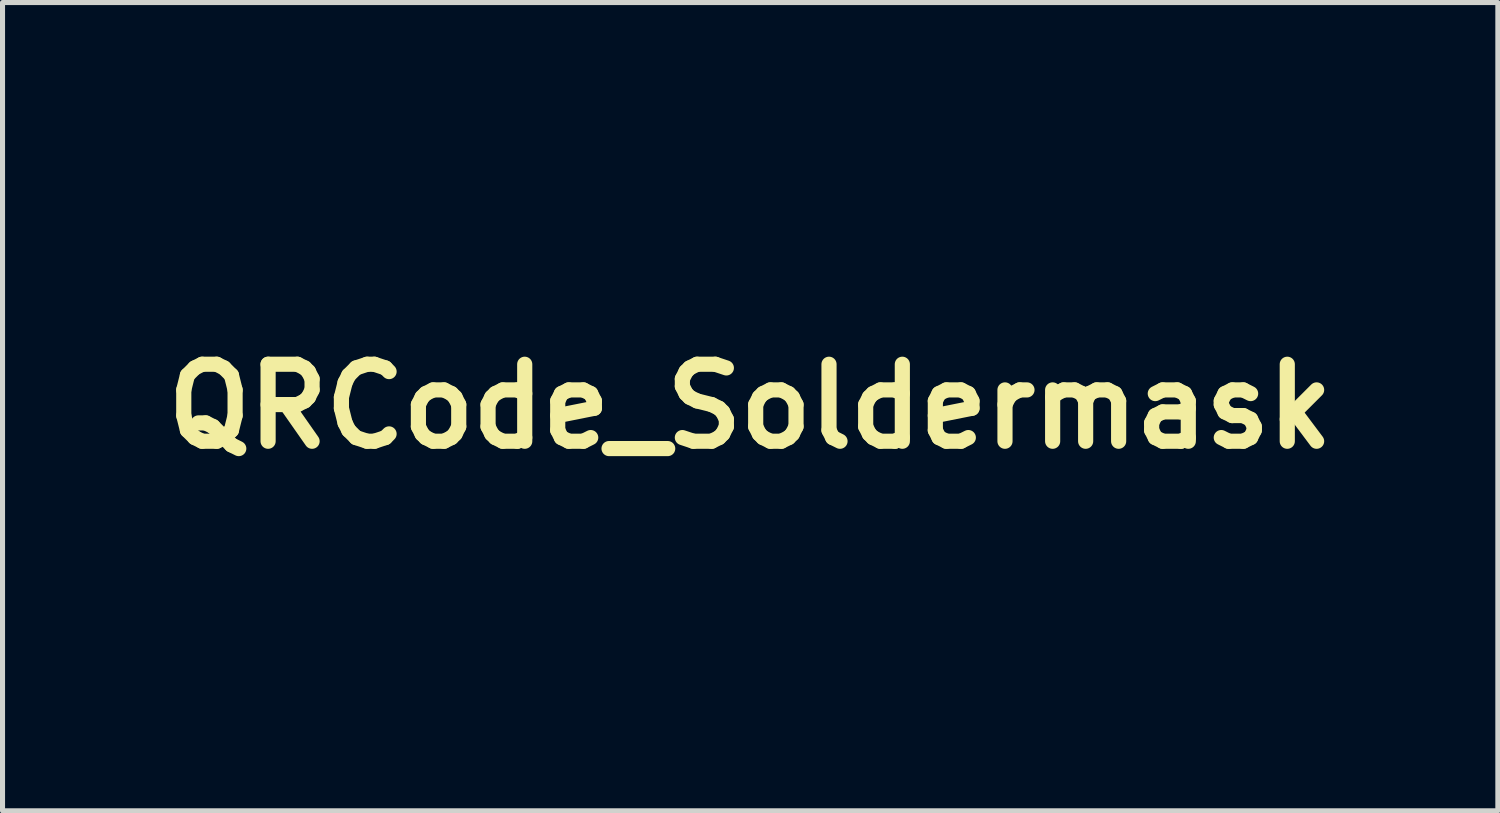
<source format=kicad_pcb>
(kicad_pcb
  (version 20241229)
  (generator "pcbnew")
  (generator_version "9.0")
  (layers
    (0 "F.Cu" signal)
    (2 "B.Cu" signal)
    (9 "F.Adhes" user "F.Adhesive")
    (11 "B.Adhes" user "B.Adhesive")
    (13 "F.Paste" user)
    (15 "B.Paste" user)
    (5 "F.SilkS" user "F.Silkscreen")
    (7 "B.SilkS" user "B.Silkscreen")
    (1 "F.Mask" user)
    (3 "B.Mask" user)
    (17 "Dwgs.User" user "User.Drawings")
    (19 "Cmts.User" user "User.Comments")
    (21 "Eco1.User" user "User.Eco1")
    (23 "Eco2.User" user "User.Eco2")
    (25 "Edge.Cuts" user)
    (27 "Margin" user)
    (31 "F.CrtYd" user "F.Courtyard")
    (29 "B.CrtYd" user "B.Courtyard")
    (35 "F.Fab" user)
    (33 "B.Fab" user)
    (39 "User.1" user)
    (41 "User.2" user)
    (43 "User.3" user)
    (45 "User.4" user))
  (footprint "QRCode_Soldermask"
    (layer "F.Cu")
    (at 11.8 4.995)
    (property "Reference" "QRCode_Soldermask" (at 0 0 0) (layer "F.SilkS") (effects (font (size 1.524 1.524) (thickness 0.3))))
    (attr board_only exclude_from_pos_files exclude_from_bom)
    (fp_poly (pts (xy -4.65 0.522) (xy -4.995 0.522) (xy -4.995 0.177) (xy -4.65 0.177)) (stroke (width 0) (type solid)) (fill yes) (layer "F.Mask"))
    (fp_poly (pts (xy -4.65 1.557) (xy -4.995 1.557) (xy -4.995 1.212) (xy -4.65 1.212)) (stroke (width 0) (type solid)) (fill yes) (layer "F.Mask"))
    (fp_poly (pts (xy -4.65 2.246) (xy -4.995 2.246) (xy -4.995 1.902) (xy -4.65 1.902)) (stroke (width 0) (type solid)) (fill yes) (layer "F.Mask"))
    (fp_poly (pts (xy -4.306 1.902) (xy -4.65 1.902) (xy -4.65 1.557) (xy -4.306 1.557)) (stroke (width 0) (type solid)) (fill yes) (layer "F.Mask"))
    (fp_poly (pts (xy -3.271 -3.271) (xy -4.306 -3.271) (xy -4.306 -4.306) (xy -3.271 -4.306)) (stroke (width 0) (type solid)) (fill yes) (layer "F.Mask"))
    (fp_poly (pts (xy -3.271 4.315) (xy -4.306 4.315) (xy -4.306 3.281) (xy -3.271 3.281)) (stroke (width 0) (type solid)) (fill yes) (layer "F.Mask"))
    (fp_poly (pts (xy -2.581 0.867) (xy -3.616 0.867) (xy -3.616 0.522) (xy -2.581 0.522)) (stroke (width 0) (type solid)) (fill yes) (layer "F.Mask"))
    (fp_poly (pts (xy -2.581 2.246) (xy -2.926 2.246) (xy -2.926 1.902) (xy -2.581 1.902)) (stroke (width 0) (type solid)) (fill yes) (layer "F.Mask"))
    (fp_poly (pts (xy -1.892 -0.167) (xy -2.237 -0.167) (xy -2.237 -0.512) (xy -1.892 -0.512)) (stroke (width 0) (type solid)) (fill yes) (layer "F.Mask"))
    (fp_poly (pts (xy -1.547 -4.65) (xy -1.892 -4.65) (xy -1.892 -4.995) (xy -1.547 -4.995)) (stroke (width 0) (type solid)) (fill yes) (layer "F.Mask"))
    (fp_poly (pts (xy -1.202 5.005) (xy -1.547 5.005) (xy -1.547 4.66) (xy -1.202 4.66)) (stroke (width 0) (type solid)) (fill yes) (layer "F.Mask"))
    (fp_poly (pts (xy -0.857 -0.857) (xy -1.202 -0.857) (xy -1.202 -1.202) (xy -0.857 -1.202)) (stroke (width 0) (type solid)) (fill yes) (layer "F.Mask"))
    (fp_poly (pts (xy -0.857 1.212) (xy -1.202 1.212) (xy -1.202 0.522) (xy -0.857 0.522)) (stroke (width 0) (type solid)) (fill yes) (layer "F.Mask"))
    (fp_poly (pts (xy -0.857 1.902) (xy -1.202 1.902) (xy -1.202 1.557) (xy -0.857 1.557)) (stroke (width 0) (type solid)) (fill yes) (layer "F.Mask"))
    (fp_poly (pts (xy -0.857 4.66) (xy -1.202 4.66) (xy -1.202 4.315) (xy -0.857 4.315)) (stroke (width 0) (type solid)) (fill yes) (layer "F.Mask"))
    (fp_poly (pts (xy -0.512 5.005) (xy -0.857 5.005) (xy -0.857 4.66) (xy -0.512 4.66)) (stroke (width 0) (type solid)) (fill yes) (layer "F.Mask"))
    (fp_poly (pts (xy -0.167 4.315) (xy -0.512 4.315) (xy -0.512 3.971) (xy -0.167 3.971)) (stroke (width 0) (type solid)) (fill yes) (layer "F.Mask"))
    (fp_poly (pts (xy 0.522 5.005) (xy 0.177 5.005) (xy 0.177 4.315) (xy 0.522 4.315)) (stroke (width 0) (type solid)) (fill yes) (layer "F.Mask"))
    (fp_poly (pts (xy 0.867 1.557) (xy 0.522 1.557) (xy 0.522 1.212) (xy 0.867 1.212)) (stroke (width 0) (type solid)) (fill yes) (layer "F.Mask"))
    (fp_poly (pts (xy 2.246 -3.961) (xy 1.902 -3.961) (xy 1.902 -4.306) (xy 2.246 -4.306)) (stroke (width 0) (type solid)) (fill yes) (layer "F.Mask"))
    (fp_poly (pts (xy 2.936 2.936) (xy 2.591 2.936) (xy 2.591 2.591) (xy 2.936 2.591)) (stroke (width 0) (type solid)) (fill yes) (layer "F.Mask"))
    (fp_poly (pts (xy 4.315 -3.271) (xy 3.281 -3.271) (xy 3.281 -4.306) (xy 4.315 -4.306)) (stroke (width 0) (type solid)) (fill yes) (layer "F.Mask"))
    (fp_poly (pts (xy 4.315 -1.892) (xy 3.971 -1.892) (xy 3.971 -2.237) (xy 4.315 -2.237)) (stroke (width 0) (type solid)) (fill yes) (layer "F.Mask"))
    (fp_poly (pts (xy -2.237 0.522) (xy -2.581 0.522) (xy -2.581 0.177) (xy -3.616 0.177) (xy -3.616 -0.167) (xy -2.237 -0.167)) (stroke (width 0) (type solid)) (fill yes) (layer "F.Mask"))
    (fp_poly (pts (xy 4.66 4.66) (xy 5.005 4.66) (xy 5.005 5.005) (xy 4.315 5.005) (xy 4.315 4.315) (xy 4.66 4.315)) (stroke (width 0) (type solid)) (fill yes) (layer "F.Mask"))
    (fp_poly (pts (xy 5.005 3.281) (xy 4.315 3.281) (xy 4.315 2.591) (xy 3.971 2.591) (xy 3.971 2.246) (xy 5.005 2.246)) (stroke (width 0) (type solid)) (fill yes) (layer "F.Mask"))
    (fp_poly (pts (xy 5.005 4.315) (xy 4.66 4.315) (xy 4.66 3.971) (xy 3.971 3.971) (xy 3.971 3.626) (xy 5.005 3.626)) (stroke (width 0) (type solid)) (fill yes) (layer "F.Mask"))
    (fp_poly (pts (xy -3.616 1.212) (xy -2.581 1.212) (xy -2.581 1.557) (xy -3.616 1.557) (xy -3.616 1.902) (xy -3.961 1.902) (xy -3.961 1.212) (xy -4.306 1.212) (xy -4.306 0.867) (xy -3.616 0.867)) (stroke (width 0) (type solid)) (fill yes) (layer "F.Mask"))
    (fp_poly (pts (xy -2.581 -2.581) (xy -4.995 -2.581) (xy -4.995 -2.926) (xy -4.65 -2.926) (xy -2.926 -2.926) (xy -2.926 -4.65) (xy -4.65 -4.65) (xy -4.65 -2.926) (xy -4.995 -2.926) (xy -4.995 -4.995) (xy -2.581 -4.995)) (stroke (width 0) (type solid)) (fill yes) (layer "F.Mask"))
    (fp_poly (pts (xy -2.581 5.005) (xy -4.995 5.005) (xy -4.995 4.66) (xy -4.65 4.66) (xy -2.926 4.66) (xy -2.926 2.936) (xy -4.65 2.936) (xy -4.65 4.66) (xy -4.995 4.66) (xy -4.995 2.591) (xy -2.581 2.591)) (stroke (width 0) (type solid)) (fill yes) (layer "F.Mask"))
    (fp_poly (pts (xy 5.005 -2.581) (xy 2.591 -2.581) (xy 2.591 -2.926) (xy 2.936 -2.926) (xy 4.66 -2.926) (xy 4.66 -4.65) (xy 2.936 -4.65) (xy 2.936 -2.926) (xy 2.591 -2.926) (xy 2.591 -4.995) (xy 5.005 -4.995)) (stroke (width 0) (type solid)) (fill yes) (layer "F.Mask"))
    (fp_poly (pts (xy 2.246 -2.926) (xy 2.246 -2.237) (xy 2.936 -2.237) (xy 2.936 -1.202) (xy 3.281 -1.202) (xy 3.281 -1.547) (xy 3.626 -1.547) (xy 3.626 -1.892) (xy 3.971 -1.892) (xy 3.971 -1.547) (xy 4.66 -1.547) (xy 4.66 -1.892) (xy 5.005 -1.892) (xy 5.005 -1.202) (xy 4.66 -1.202) (xy 4.66 -0.857) (xy 5.005 -0.857) (xy 5.005 0.177) (xy 4.66 0.177) (xy 4.66 0.522) (xy 5.005 0.522) (xy 5.005 1.557) (xy 4.66 1.557) (xy 4.66 1.902) (xy 4.315 1.902) (xy 4.315 1.212) (xy 4.66 1.212) (xy 4.66 0.867) (xy 4.315 0.867) (xy 4.315 1.212) (xy 3.626 1.212) (xy 3.626 1.557) (xy 3.971 1.557) (xy 3.971 1.902) (xy 3.626 1.902) (xy 3.626 2.591) (xy 3.971 2.591) (xy 3.971 3.281) (xy 3.626 3.281) (xy 3.626 3.971) (xy 3.971 3.971) (xy 3.971 4.315) (xy 3.626 4.315) (xy 3.626 5.005) (xy 2.936 5.005) (xy 2.936 4.66) (xy 3.281 4.66) (xy 3.281 4.315) (xy 2.936 4.315) (xy 2.936 3.626) (xy 2.246 3.626) (xy 2.246 3.971) (xy 1.902 3.971) (xy 1.902 4.315) (xy 2.591 4.315) (xy 2.591 5.005) (xy 1.557 5.005) (xy 1.557 4.66) (xy 1.212 4.66) (xy 1.212 5.005) (xy 0.867 5.005) (xy 0.867 3.971) (xy 1.212 3.971) (xy 1.212 4.315) (xy 1.557 4.315) (xy 1.557 3.971) (xy 1.902 3.971) (xy 1.902 3.281) (xy 2.246 3.281) (xy 3.281 3.281) (xy 3.281 2.246) (xy 2.246 2.246) (xy 2.246 3.281) (xy 1.902 3.281) (xy 1.902 2.936) (xy 1.212 2.936) (xy 1.212 3.626) (xy 0.867 3.626) (xy 0.867 3.971) (xy 0.522 3.971) (xy 0.522 3.281) (xy 0.177 3.281) (xy 0.177 3.626) (xy -0.167 3.626) (xy -0.167 3.281) (xy -0.857 3.281) (xy -0.857 3.971) (xy -1.202 3.971) (xy -1.202 4.315) (xy -1.547 4.315) (xy -1.547 4.66) (xy -1.892 4.66) (xy -1.892 5.005) (xy -2.237 5.005) (xy -2.237 4.315) (xy -1.892 4.315) (xy -1.547 4.315) (xy -1.547 3.971) (xy -1.202 3.971) (xy -1.202 3.626) (xy -1.547 3.626) (xy -1.547 3.971) (xy -1.892 3.971) (xy -1.892 4.315) (xy -2.237 4.315) (xy -2.237 3.971) (xy -1.892 3.971) (xy -1.892 3.626) (xy -2.237 3.626) (xy -2.237 3.281) (xy -1.892 3.281) (xy -0.857 3.281) (xy -0.857 2.936) (xy -1.202 2.936) (xy -1.202 2.591) (xy -1.892 2.591) (xy -1.892 3.281) (xy -2.237 3.281) (xy -2.237 2.246) (xy -1.547 2.246) (xy -1.547 1.902) (xy -1.202 1.902) (xy -1.202 2.246) (xy -0.857 2.246) (xy -0.857 1.902) (xy -0.512 1.902) (xy -0.512 1.557) (xy -0.167 1.557) (xy -0.167 2.591) (xy -0.512 2.591) (xy -0.512 2.936) (xy 0.867 2.936) (xy 0.867 2.591) (xy 0.522 2.591) (xy 0.522 2.246) (xy 0.867 2.246) (xy 0.867 1.557) (xy 1.212 1.557) (xy 1.212 2.246) (xy 1.557 2.246) (xy 1.557 1.557) (xy 2.246 1.557) (xy 2.591 1.557) (xy 2.936 1.557) (xy 2.936 1.212) (xy 3.626 1.212) (xy 3.626 0.177) (xy 3.281 0.177) (xy 3.281 -0.167) (xy 3.626 -0.167) (xy 3.626 -0.857) (xy 3.971 -0.857) (xy 3.971 0.867) (xy 4.315 0.867) (xy 4.315 -0.167) (xy 4.66 -0.167) (xy 4.66 -0.512) (xy 4.315 -0.512) (xy 4.315 -1.202) (xy 3.971 -1.202) (xy 3.971 -1.547) (xy 3.626 -1.547) (xy 3.626 -0.857) (xy 2.936 -0.857) (xy 2.936 0.522) (xy 3.281 0.522) (xy 3.281 0.867) (xy 2.936 0.867) (xy 2.936 1.212) (xy 2.591 1.212) (xy 2.591 1.557) (xy 2.246 1.557) (xy 2.246 0.867) (xy 2.591 0.867) (xy 2.591 0.522) (xy 2.246 0.522) (xy 2.246 0.867) (xy 1.557 0.867) (xy 1.557 1.212) (xy 0.867 1.212) (xy 0.867 0.867) (xy 1.212 0.867) (xy 1.557 0.867) (xy 1.557 0.522) (xy 1.902 0.522) (xy 1.902 0.177) (xy 2.591 0.177) (xy 2.591 -0.167) (xy 1.557 -0.167) (xy 1.557 0.522) (xy 1.212 0.522) (xy 1.212 0.867) (xy 0.867 0.867) (xy 0.177 0.867) (xy 0.177 0.522) (xy -0.167 0.522) (xy -0.167 0.867) (xy -0.512 0.867) (xy -0.512 0.522) (xy -0.857 0.522) (xy -0.857 0.177) (xy -1.202 0.177) (xy -1.202 0.522) (xy -1.547 0.522) (xy -1.547 1.902) (xy -1.892 1.902) (xy -1.892 1.557) (xy -2.237 1.557) (xy -2.237 1.212) (xy -1.892 1.212) (xy -1.892 0.522) (xy -1.547 0.522) (xy -1.547 0.177) (xy -1.202 0.177) (xy -1.202 -0.167) (xy -0.512 -0.167) (xy -0.167 -0.167) (xy -0.167 0.177) (xy 0.177 0.177) (xy 0.177 0.522) (xy 0.522 0.522) (xy 0.522 0.177) (xy 0.867 0.177) (xy 0.867 -0.167) (xy 0.177 -0.167) (xy 0.177 -0.512) (xy 0.867 -0.512) (xy 0.867 -1.202) (xy 1.557 -1.202) (xy 1.557 -0.857) (xy 1.212 -0.857) (xy 1.212 -0.512) (xy 1.902 -0.512) (xy 1.902 -0.857) (xy 2.936 -0.857) (xy 2.936 -1.202) (xy 1.902 -1.202) (xy 1.902 -1.547) (xy 2.246 -1.547) (xy 2.591 -1.547) (xy 2.591 -1.892) (xy 2.246 -1.892) (xy 2.246 -1.547) (xy 1.902 -1.547) (xy 1.902 -1.892) (xy 2.246 -1.892) (xy 2.246 -2.237) (xy 1.557 -2.237) (xy 1.557 -2.581) (xy 1.902 -2.581) (xy 1.902 -2.926) (xy 1.557 -2.926) (xy 1.557 -2.581) (xy 1.212 -2.581) (xy 1.212 -1.547) (xy 0.867 -1.547) (xy 0.867 -1.202) (xy 0.522 -1.202) (xy 0.522 -0.857) (xy -0.167 -0.857) (xy -0.167 -0.512) (xy -0.512 -0.512) (xy -0.512 -0.167) (xy -1.202 -0.167) (xy -1.202 -0.512) (xy -0.857 -0.512) (xy -0.857 -0.857) (xy -0.512 -0.857) (xy -0.512 -1.202) (xy 0.177 -1.202) (xy 0.522 -1.202) (xy 0.522 -1.547) (xy 0.177 -1.547) (xy 0.177 -1.202) (xy -0.512 -1.202) (xy -0.512 -1.892) (xy -0.167 -1.892) (xy 0.177 -1.892) (xy 0.177 -2.237) (xy 0.522 -2.237) (xy 0.867 -2.237) (xy 0.867 -2.581) (xy 1.212 -2.581) (xy 1.212 -2.926) (xy 0.867 -2.926) (xy 0.867 -2.581) (xy 0.522 -2.581) (xy 0.522 -2.237) (xy 0.177 -2.237) (xy 0.177 -2.581) (xy 0.522 -2.581) (xy 0.522 -2.926) (xy 0.177 -2.926) (xy 0.177 -2.581) (xy -0.167 -2.581) (xy -0.167 -1.892) (xy -0.512 -1.892) (xy -0.512 -2.237) (xy -0.857 -2.237) (xy -0.857 -1.547) (xy -1.547 -1.547) (xy -1.547 -1.202) (xy -1.892 -1.202) (xy -1.892 -1.547) (xy -1.547 -1.547) (xy -1.547 -2.237) (xy -1.892 -2.237) (xy -1.892 -1.547) (xy -2.237 -1.547) (xy -2.237 -0.512) (xy -3.616 -0.512) (xy -3.616 -0.167) (xy -3.961 -0.167) (xy -3.961 0.177) (xy -4.306 0.177) (xy -4.306 -0.167) (xy -3.961 -0.167) (xy -3.961 -0.512) (xy -4.306 -0.512) (xy -4.306 -0.167) (xy -4.995 -0.167) (xy -4.995 -0.857) (xy -4.65 -0.857) (xy -4.306 -0.857) (xy -3.961 -0.857) (xy -2.581 -0.857) (xy -2.581 -1.202) (xy -2.926 -1.202) (xy -2.926 -1.547) (xy -2.581 -1.547) (xy -2.581 -1.892) (xy -2.926 -1.892) (xy -2.926 -1.547) (xy -3.271 -1.547) (xy -3.271 -1.202) (xy -3.961 -1.202) (xy -3.961 -0.857) (xy -4.306 -0.857) (xy -4.306 -1.202) (xy -3.961 -1.202) (xy -3.961 -1.547) (xy -3.616 -1.547) (xy -3.271 -1.547) (xy -3.271 -1.892) (xy -3.616 -1.892) (xy -3.616 -1.547) (xy -3.961 -1.547) (xy -3.961 -1.892) (xy -4.306 -1.892) (xy -4.306 -1.547) (xy -4.65 -1.547) (xy -4.65 -0.857) (xy -4.995 -0.857) (xy -4.995 -2.237) (xy -3.961 -2.237) (xy -3.961 -1.892) (xy -3.616 -1.892) (xy -3.616 -2.237) (xy -2.237 -2.237) (xy -2.237 -2.581) (xy -1.892 -2.581) (xy -1.547 -2.581) (xy -1.547 -2.926) (xy -1.202 -2.926) (xy -1.202 -2.237) (xy -0.857 -2.237) (xy -0.857 -2.926) (xy -0.512 -2.926) (xy -0.512 -2.581) (xy -0.167 -2.581) (xy -0.167 -3.271) (xy 0.177 -3.271) (xy 1.212 -3.271) (xy 1.212 -3.616) (xy 0.867 -3.616) (xy 0.867 -3.961) (xy 0.522 -3.961) (xy 0.522 -3.616) (xy 0.177 -3.616) (xy 0.177 -3.271) (xy -0.167 -3.271) (xy -0.512 -3.271) (xy -0.512 -3.616) (xy -0.167 -3.616) (xy -0.167 -3.961) (xy 0.177 -3.961) (xy 0.177 -4.306) (xy -0.167 -4.306) (xy -0.167 -4.65) (xy -0.512 -4.65) (xy -0.512 -3.961) (xy -0.857 -3.961) (xy -0.857 -3.616) (xy -1.202 -3.616) (xy -1.202 -3.271) (xy -1.547 -3.271) (xy -1.547 -2.926) (xy -1.892 -2.926) (xy -1.892 -2.581) (xy -2.237 -2.581) (xy -2.237 -2.926) (xy -1.892 -2.926) (xy -1.892 -3.271) (xy -1.547 -3.271) (xy -1.547 -3.616) (xy -1.892 -3.616) (xy -1.892 -3.961) (xy -1.202 -3.961) (xy -0.857 -3.961) (xy -0.857 -4.306) (xy -1.202 -4.306) (xy -1.202 -3.961) (xy -1.892 -3.961) (xy -2.237 -3.961) (xy -2.237 -4.306) (xy -1.547 -4.306) (xy -1.547 -4.65) (xy -0.857 -4.65) (xy -0.857 -4.995) (xy 0.177 -4.995) (xy 0.177 -4.65) (xy 1.212 -4.65) (xy 1.212 -4.995) (xy 1.902 -4.995) (xy 1.902 -4.306) (xy 0.867 -4.306) (xy 0.867 -3.961) (xy 1.557 -3.961) (xy 1.557 -3.616) (xy 1.902 -3.616) (xy 1.902 -2.926)) (stroke (width 0) (type solid)) (fill yes) (layer "F.Mask")))
  (gr_rect
    (start -3 -3)
    (end 26.6 13)
    (stroke (width 0.1) (type default))
    (fill no)
    (layer "Edge.Cuts")))
</source>
